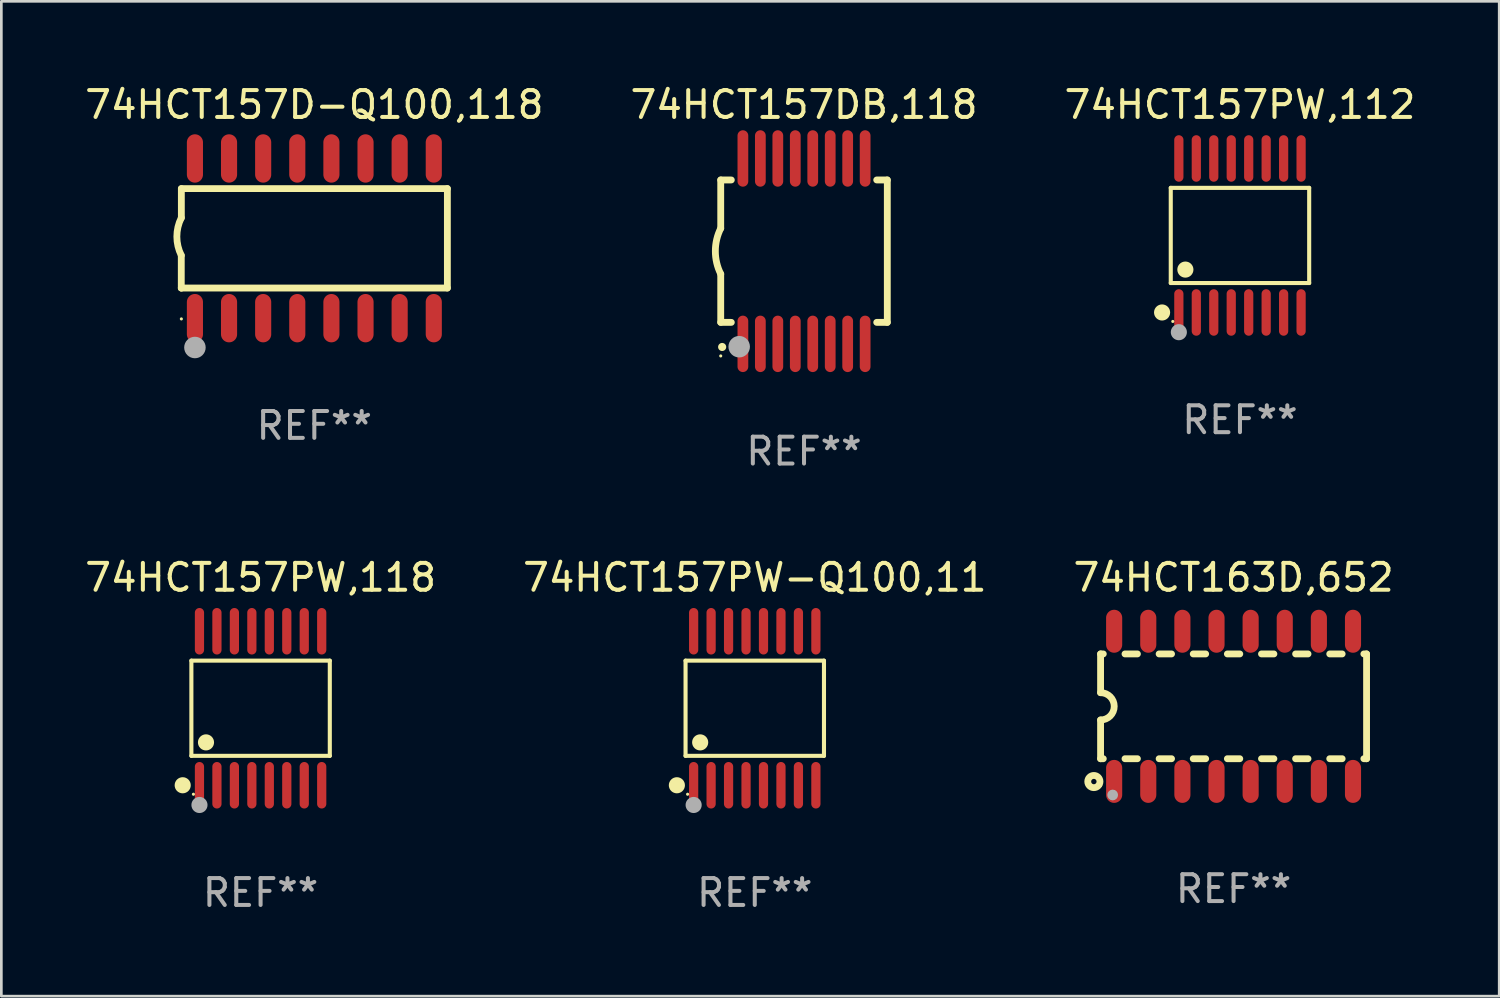
<source format=kicad_pcb>
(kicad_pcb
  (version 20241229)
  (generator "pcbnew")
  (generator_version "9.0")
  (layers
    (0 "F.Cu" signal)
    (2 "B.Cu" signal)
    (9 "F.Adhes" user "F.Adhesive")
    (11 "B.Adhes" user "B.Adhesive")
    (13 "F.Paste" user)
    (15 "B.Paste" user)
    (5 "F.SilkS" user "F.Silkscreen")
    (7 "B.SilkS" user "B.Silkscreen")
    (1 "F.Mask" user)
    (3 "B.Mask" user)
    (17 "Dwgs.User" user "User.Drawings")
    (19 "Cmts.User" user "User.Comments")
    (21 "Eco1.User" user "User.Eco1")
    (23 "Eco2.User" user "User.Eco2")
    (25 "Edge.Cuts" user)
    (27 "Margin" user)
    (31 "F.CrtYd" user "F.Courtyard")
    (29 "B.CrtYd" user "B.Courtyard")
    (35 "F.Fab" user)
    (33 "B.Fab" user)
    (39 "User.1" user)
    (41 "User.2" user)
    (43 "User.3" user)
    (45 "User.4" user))
  (footprint "74HCT157D-Q100,118"
    (layer "F.Cu")
    (at 8.649 5.82)
    (property "Reference" "74HCT157D-Q100,118" (at 0 -4.972 0) (layer "F.SilkS") (effects (font (size 1 1) (thickness 0.15))))
    (attr through_hole)
    (fp_line (start -4.952 0.635) (end -4.952 1.85) (stroke (width 0.254) (type solid)) (layer "F.SilkS"))
    (fp_line (start -4.952 1.85) (end -4.949 1.85) (stroke (width 0.254) (type solid)) (layer "F.SilkS"))
    (fp_line (start -4.949 -1.85) (end -4.949 -0.762) (stroke (width 0.254) (type solid)) (layer "F.SilkS"))
    (fp_line (start -4.949 1.85) (end 4.952 1.85) (stroke (width 0.254) (type solid)) (layer "F.SilkS"))
    (fp_line (start 4.952 -1.85) (end -4.949 -1.85) (stroke (width 0.254) (type solid)) (layer "F.SilkS"))
    (fp_line (start 4.952 1.85) (end 4.952 -1.85) (stroke (width 0.254) (type solid)) (layer "F.SilkS"))
    (fp_arc (start -4.951524 0.635001) (mid -5.116418 -0.0635) (end -4.951524 -0.762002) (stroke (width 0.254001) (type solid)) (layer "F.SilkS"))
    (fp_circle (center -4.949 3) (end -4.919 3) (stroke (width 0.06) (type solid)) (fill no) (layer "F.SilkS"))
    (fp_circle (center -4.444 4.064) (end -4.244 4.064) (stroke (width 0.4) (type solid)) (fill no) (layer "F.Fab"))
    (fp_text user "REF**" (at 0 6.972 0) (layer "F.Fab") (effects (font (size 1 1) (thickness 0.15))))
    (pad "1" smd oval (at -4.444 2.972 180) (size 0.6 1.8) (layers "F.Cu" "F.Mask" "F.Paste"))
    (pad "2" smd oval (at -3.174 2.972 180) (size 0.6 1.8) (layers "F.Cu" "F.Mask" "F.Paste"))
    (pad "3" smd oval (at -1.904 2.972 180) (size 0.6 1.8) (layers "F.Cu" "F.Mask" "F.Paste"))
    (pad "4" smd oval (at -0.634 2.972 180) (size 0.6 1.8) (layers "F.Cu" "F.Mask" "F.Paste"))
    (pad "5" smd oval (at 0.636 2.972 180) (size 0.6 1.8) (layers "F.Cu" "F.Mask" "F.Paste"))
    (pad "6" smd oval (at 1.906 2.972 180) (size 0.6 1.8) (layers "F.Cu" "F.Mask" "F.Paste"))
    (pad "7" smd oval (at 3.176 2.972 180) (size 0.6 1.8) (layers "F.Cu" "F.Mask" "F.Paste"))
    (pad "8" smd oval (at 4.446 2.972 180) (size 0.6 1.8) (layers "F.Cu" "F.Mask" "F.Paste"))
    (pad "9" smd oval (at 4.446 -2.972 180) (size 0.6 1.8) (layers "F.Cu" "F.Mask" "F.Paste"))
    (pad "10" smd oval (at 3.176 -2.972 180) (size 0.6 1.8) (layers "F.Cu" "F.Mask" "F.Paste"))
    (pad "11" smd oval (at 1.906 -2.972 180) (size 0.6 1.8) (layers "F.Cu" "F.Mask" "F.Paste"))
    (pad "12" smd oval (at 0.636 -2.972 180) (size 0.6 1.8) (layers "F.Cu" "F.Mask" "F.Paste"))
    (pad "13" smd oval (at -0.634 -2.972 180) (size 0.6 1.8) (layers "F.Cu" "F.Mask" "F.Paste"))
    (pad "14" smd oval (at -1.904 -2.972 180) (size 0.6 1.8) (layers "F.Cu" "F.Mask" "F.Paste"))
    (pad "15" smd oval (at -3.174 -2.972 180) (size 0.6 1.8) (layers "F.Cu" "F.Mask" "F.Paste"))
    (pad "16" smd oval (at -4.444 -2.972 180) (size 0.6 1.8) (layers "F.Cu" "F.Mask" "F.Paste")))
  (footprint "74HCT163D,652"
    (layer "F.Cu")
    (at 42.863 23.239)
    (property "Reference" "74HCT163D,652" (at 0 -4.794 0) (layer "F.SilkS") (effects (font (size 1 1) (thickness 0.15))))
    (attr through_hole)
    (fp_line (start -4.95 -1.95) (end -4.95 -0.508) (stroke (width 0.254) (type solid)) (layer "F.SilkS"))
    (fp_line (start -4.95 -1.95) (end -4.849 -1.95) (stroke (width 0.254) (type solid)) (layer "F.SilkS"))
    (fp_line (start -4.95 1.95) (end -4.95 0.508) (stroke (width 0.254) (type solid)) (layer "F.SilkS"))
    (fp_line (start -4.95 1.95) (end -4.849 1.95) (stroke (width 0.254) (type solid)) (layer "F.SilkS"))
    (fp_line (start -4.041 -1.95) (end -3.579 -1.95) (stroke (width 0.254) (type solid)) (layer "F.SilkS"))
    (fp_line (start -4.041 1.95) (end -3.579 1.95) (stroke (width 0.254) (type solid)) (layer "F.SilkS"))
    (fp_line (start -2.771 -1.95) (end -2.309 -1.95) (stroke (width 0.254) (type solid)) (layer "F.SilkS"))
    (fp_line (start -2.771 1.95) (end -2.309 1.95) (stroke (width 0.254) (type solid)) (layer "F.SilkS"))
    (fp_line (start -1.501 -1.95) (end -1.039 -1.95) (stroke (width 0.254) (type solid)) (layer "F.SilkS"))
    (fp_line (start -1.501 1.95) (end -1.039 1.95) (stroke (width 0.254) (type solid)) (layer "F.SilkS"))
    (fp_line (start -0.231 -1.95) (end 0.231 -1.95) (stroke (width 0.254) (type solid)) (layer "F.SilkS"))
    (fp_line (start -0.231 1.95) (end 0.231 1.95) (stroke (width 0.254) (type solid)) (layer "F.SilkS"))
    (fp_line (start 1.039 -1.95) (end 1.501 -1.95) (stroke (width 0.254) (type solid)) (layer "F.SilkS"))
    (fp_line (start 1.039 1.95) (end 1.501 1.95) (stroke (width 0.254) (type solid)) (layer "F.SilkS"))
    (fp_line (start 2.309 -1.95) (end 2.771 -1.95) (stroke (width 0.254) (type solid)) (layer "F.SilkS"))
    (fp_line (start 2.309 1.95) (end 2.771 1.95) (stroke (width 0.254) (type solid)) (layer "F.SilkS"))
    (fp_line (start 3.579 -1.95) (end 4.041 -1.95) (stroke (width 0.254) (type solid)) (layer "F.SilkS"))
    (fp_line (start 3.579 1.95) (end 4.041 1.95) (stroke (width 0.254) (type solid)) (layer "F.SilkS"))
    (fp_line (start 4.849 -1.95) (end 4.95 -1.95) (stroke (width 0.254) (type solid)) (layer "F.SilkS"))
    (fp_line (start 4.849 1.95) (end 4.95 1.95) (stroke (width 0.254) (type solid)) (layer "F.SilkS"))
    (fp_line (start 4.95 -1.95) (end 4.95 1.95) (stroke (width 0.254) (type solid)) (layer "F.SilkS"))
    (fp_arc (start -4.95047 -0.508001) (mid -4.442469 -0.000228) (end -4.950013 0.508001) (stroke (width 0.254001) (type solid)) (layer "F.SilkS"))
    (fp_circle (center -5.2 2.8) (end -5.1 2.8) (stroke (width 0.254) (type solid)) (fill no) (layer "F.SilkS"))
    (fp_circle (center -4.95 2.947) (end -4.92 2.947) (stroke (width 0.06) (type solid)) (fill no) (layer "F.SilkS"))
    (fp_circle (center -4.5 3.3) (end -4.4 3.3) (stroke (width 0.2) (type solid)) (fill no) (layer "F.Fab"))
    (fp_text user "REF**" (at 0 6.794 0) (layer "F.Fab") (effects (font (size 1 1) (thickness 0.15))))
    (pad "1" smd oval (at -4.445 2.794) (size 0.6 1.6) (layers "F.Cu" "F.Mask" "F.Paste"))
    (pad "2" smd oval (at -3.175 2.794) (size 0.6 1.6) (layers "F.Cu" "F.Mask" "F.Paste"))
    (pad "3" smd oval (at -1.905 2.794) (size 0.6 1.6) (layers "F.Cu" "F.Mask" "F.Paste"))
    (pad "4" smd oval (at -0.635 2.794) (size 0.6 1.6) (layers "F.Cu" "F.Mask" "F.Paste"))
    (pad "5" smd oval (at 0.635 2.794) (size 0.6 1.6) (layers "F.Cu" "F.Mask" "F.Paste"))
    (pad "6" smd oval (at 1.905 2.794) (size 0.6 1.6) (layers "F.Cu" "F.Mask" "F.Paste"))
    (pad "7" smd oval (at 3.175 2.794) (size 0.6 1.6) (layers "F.Cu" "F.Mask" "F.Paste"))
    (pad "8" smd oval (at 4.445 2.794) (size 0.6 1.6) (layers "F.Cu" "F.Mask" "F.Paste"))
    (pad "9" smd oval (at 4.445 -2.794) (size 0.6 1.6) (layers "F.Cu" "F.Mask" "F.Paste"))
    (pad "10" smd oval (at 3.175 -2.794) (size 0.6 1.6) (layers "F.Cu" "F.Mask" "F.Paste"))
    (pad "11" smd oval (at 1.905 -2.794) (size 0.6 1.6) (layers "F.Cu" "F.Mask" "F.Paste"))
    (pad "12" smd oval (at 0.635 -2.794) (size 0.6 1.6) (layers "F.Cu" "F.Mask" "F.Paste"))
    (pad "13" smd oval (at -0.635 -2.794) (size 0.6 1.6) (layers "F.Cu" "F.Mask" "F.Paste"))
    (pad "14" smd oval (at -1.905 -2.794) (size 0.6 1.6) (layers "F.Cu" "F.Mask" "F.Paste"))
    (pad "15" smd oval (at -3.175 -2.794) (size 0.6 1.6) (layers "F.Cu" "F.Mask" "F.Paste"))
    (pad "16" smd oval (at -4.445 -2.794) (size 0.6 1.6) (layers "F.Cu" "F.Mask" "F.Paste")))
  (footprint "74HCT157PW,112"
    (layer "F.Cu")
    (at 43.101 5.714)
    (property "Reference" "74HCT157PW,112" (at 0 -4.866 0) (layer "F.SilkS") (effects (font (size 1 1) (thickness 0.15))))
    (attr through_hole)
    (fp_line (start -2.576 -1.772) (end 2.576 -1.772) (stroke (width 0.152) (type solid)) (layer "F.SilkS"))
    (fp_line (start -2.576 1.771) (end -2.576 -1.772) (stroke (width 0.152) (type solid)) (layer "F.SilkS"))
    (fp_line (start 2.576 -1.772) (end 2.576 1.771) (stroke (width 0.152) (type solid)) (layer "F.SilkS"))
    (fp_line (start 2.576 1.771) (end -2.576 1.771) (stroke (width 0.152) (type solid)) (layer "F.SilkS"))
    (fp_circle (center -2.899 2.866) (end -2.749 2.866) (stroke (width 0.3) (type solid)) (fill no) (layer "F.SilkS"))
    (fp_circle (center -2.5 3.2) (end -2.47 3.2) (stroke (width 0.06) (type solid)) (fill no) (layer "F.SilkS"))
    (fp_circle (center -2.032 1.27) (end -1.882 1.27) (stroke (width 0.3) (type solid)) (fill no) (layer "F.SilkS"))
    (fp_circle (center -2.275 3.6) (end -2.125 3.6) (stroke (width 0.3) (type solid)) (fill no) (layer "F.Fab"))
    (fp_text user "REF**" (at 0 6.866 0) (layer "F.Fab") (effects (font (size 1 1) (thickness 0.15))))
    (pad "1" smd oval (at -2.275 2.866) (size 0.343 1.731) (layers "F.Cu" "F.Mask" "F.Paste"))
    (pad "2" smd oval (at -1.625 2.866) (size 0.343 1.731) (layers "F.Cu" "F.Mask" "F.Paste"))
    (pad "3" smd oval (at -0.975 2.866) (size 0.343 1.731) (layers "F.Cu" "F.Mask" "F.Paste"))
    (pad "4" smd oval (at -0.325 2.866) (size 0.343 1.731) (layers "F.Cu" "F.Mask" "F.Paste"))
    (pad "5" smd oval (at 0.325 2.866) (size 0.343 1.731) (layers "F.Cu" "F.Mask" "F.Paste"))
    (pad "6" smd oval (at 0.975 2.866) (size 0.343 1.731) (layers "F.Cu" "F.Mask" "F.Paste"))
    (pad "7" smd oval (at 1.625 2.866) (size 0.343 1.731) (layers "F.Cu" "F.Mask" "F.Paste"))
    (pad "8" smd oval (at 2.275 2.866) (size 0.343 1.731) (layers "F.Cu" "F.Mask" "F.Paste"))
    (pad "9" smd oval (at 2.275 -2.866) (size 0.343 1.731) (layers "F.Cu" "F.Mask" "F.Paste"))
    (pad "10" smd oval (at 1.625 -2.866) (size 0.343 1.731) (layers "F.Cu" "F.Mask" "F.Paste"))
    (pad "11" smd oval (at 0.975 -2.866) (size 0.343 1.731) (layers "F.Cu" "F.Mask" "F.Paste"))
    (pad "12" smd oval (at 0.325 -2.866) (size 0.343 1.731) (layers "F.Cu" "F.Mask" "F.Paste"))
    (pad "13" smd oval (at -0.325 -2.866) (size 0.343 1.731) (layers "F.Cu" "F.Mask" "F.Paste"))
    (pad "14" smd oval (at -0.975 -2.866) (size 0.343 1.731) (layers "F.Cu" "F.Mask" "F.Paste"))
    (pad "15" smd oval (at -1.625 -2.866) (size 0.343 1.731) (layers "F.Cu" "F.Mask" "F.Paste"))
    (pad "16" smd oval (at -2.275 -2.866) (size 0.343 1.731) (layers "F.Cu" "F.Mask" "F.Paste")))
  (footprint "74HCT157DB,118"
    (layer "F.Cu")
    (at 26.875 6.298)
    (property "Reference" "74HCT157DB,118" (at 0 -5.45 0) (layer "F.SilkS") (effects (font (size 1 1) (thickness 0.15))))
    (attr through_hole)
    (fp_line (start -3.1 -2.65) (end -3.1 -0.85) (stroke (width 0.254) (type solid)) (layer "F.SilkS"))
    (fp_line (start -3.1 -2.65) (end -2.706 -2.65) (stroke (width 0.254) (type solid)) (layer "F.SilkS"))
    (fp_line (start -3.1 2.65) (end -3.1 0.85) (stroke (width 0.254) (type solid)) (layer "F.SilkS"))
    (fp_line (start -3.1 2.65) (end -2.706 2.65) (stroke (width 0.254) (type solid)) (layer "F.SilkS"))
    (fp_line (start 2.706 -2.65) (end 3.1 -2.65) (stroke (width 0.254) (type solid)) (layer "F.SilkS"))
    (fp_line (start 2.706 2.65) (end 3.1 2.65) (stroke (width 0.254) (type solid)) (layer "F.SilkS"))
    (fp_line (start 3.1 -2.65) (end 3.1 2.65) (stroke (width 0.254) (type solid)) (layer "F.SilkS"))
    (fp_arc (start -3.098907 0.850902) (mid -3.300057 0.000523) (end -3.1 -0.850114) (stroke (width 0.254001) (type solid)) (layer "F.SilkS"))
    (fp_arc (start -3.048006 3.566066) (mid -3.046736 3.566061) (end -3.045466 3.566066) (stroke (width 0.3) (type solid)) (layer "F.SilkS"))
    (fp_circle (center -3.1 3.9) (end -3.07 3.9) (stroke (width 0.06) (type solid)) (fill no) (layer "F.SilkS"))
    (fp_circle (center -2.413 3.556) (end -2.213 3.556) (stroke (width 0.4) (type solid)) (fill no) (layer "F.Fab"))
    (fp_text user "REF**" (at 0 7.45 0) (layer "F.Fab") (effects (font (size 1 1) (thickness 0.15))))
    (pad "1" smd oval (at -2.275 3.45 180) (size 0.4 2.1) (layers "F.Cu" "F.Mask" "F.Paste"))
    (pad "2" smd oval (at -1.625 3.45 180) (size 0.4 2.1) (layers "F.Cu" "F.Mask" "F.Paste"))
    (pad "3" smd oval (at -0.975 3.45 180) (size 0.4 2.1) (layers "F.Cu" "F.Mask" "F.Paste"))
    (pad "4" smd oval (at -0.325 3.45 180) (size 0.4 2.1) (layers "F.Cu" "F.Mask" "F.Paste"))
    (pad "5" smd oval (at 0.325 3.45 180) (size 0.4 2.1) (layers "F.Cu" "F.Mask" "F.Paste"))
    (pad "6" smd oval (at 0.975 3.45 180) (size 0.4 2.1) (layers "F.Cu" "F.Mask" "F.Paste"))
    (pad "7" smd oval (at 1.625 3.45 180) (size 0.4 2.1) (layers "F.Cu" "F.Mask" "F.Paste"))
    (pad "8" smd oval (at 2.275 3.45 180) (size 0.4 2.1) (layers "F.Cu" "F.Mask" "F.Paste"))
    (pad "9" smd oval (at 2.275 -3.45 180) (size 0.4 2.1) (layers "F.Cu" "F.Mask" "F.Paste"))
    (pad "10" smd oval (at 1.625 -3.45 180) (size 0.4 2.1) (layers "F.Cu" "F.Mask" "F.Paste"))
    (pad "11" smd oval (at 0.975 -3.45 180) (size 0.4 2.1) (layers "F.Cu" "F.Mask" "F.Paste"))
    (pad "12" smd oval (at 0.325 -3.45 180) (size 0.4 2.1) (layers "F.Cu" "F.Mask" "F.Paste"))
    (pad "13" smd oval (at -0.325 -3.45 180) (size 0.4 2.1) (layers "F.Cu" "F.Mask" "F.Paste"))
    (pad "14" smd oval (at -0.975 -3.45 180) (size 0.4 2.1) (layers "F.Cu" "F.Mask" "F.Paste"))
    (pad "15" smd oval (at -1.625 -3.45 180) (size 0.4 2.1) (layers "F.Cu" "F.Mask" "F.Paste"))
    (pad "16" smd oval (at -2.275 -3.45 180) (size 0.4 2.1) (layers "F.Cu" "F.Mask" "F.Paste")))
  (footprint "74HCT157PW-Q100,11"
    (layer "F.Cu")
    (at 25.042 23.311)
    (property "Reference" "74HCT157PW-Q100,11" (at 0 -4.866 0) (layer "F.SilkS") (effects (font (size 1 1) (thickness 0.15))))
    (attr through_hole)
    (fp_line (start -2.576 -1.772) (end 2.576 -1.772) (stroke (width 0.152) (type solid)) (layer "F.SilkS"))
    (fp_line (start -2.576 1.771) (end -2.576 -1.772) (stroke (width 0.152) (type solid)) (layer "F.SilkS"))
    (fp_line (start 2.576 -1.772) (end 2.576 1.771) (stroke (width 0.152) (type solid)) (layer "F.SilkS"))
    (fp_line (start 2.576 1.771) (end -2.576 1.771) (stroke (width 0.152) (type solid)) (layer "F.SilkS"))
    (fp_circle (center -2.899 2.866) (end -2.749 2.866) (stroke (width 0.3) (type solid)) (fill no) (layer "F.SilkS"))
    (fp_circle (center -2.5 3.2) (end -2.47 3.2) (stroke (width 0.06) (type solid)) (fill no) (layer "F.SilkS"))
    (fp_circle (center -2.032 1.27) (end -1.882 1.27) (stroke (width 0.3) (type solid)) (fill no) (layer "F.SilkS"))
    (fp_circle (center -2.275 3.6) (end -2.125 3.6) (stroke (width 0.3) (type solid)) (fill no) (layer "F.Fab"))
    (fp_text user "REF**" (at 0 6.866 0) (layer "F.Fab") (effects (font (size 1 1) (thickness 0.15))))
    (pad "1" smd oval (at -2.275 2.866) (size 0.343 1.731) (layers "F.Cu" "F.Mask" "F.Paste"))
    (pad "2" smd oval (at -1.625 2.866) (size 0.343 1.731) (layers "F.Cu" "F.Mask" "F.Paste"))
    (pad "3" smd oval (at -0.975 2.866) (size 0.343 1.731) (layers "F.Cu" "F.Mask" "F.Paste"))
    (pad "4" smd oval (at -0.325 2.866) (size 0.343 1.731) (layers "F.Cu" "F.Mask" "F.Paste"))
    (pad "5" smd oval (at 0.325 2.866) (size 0.343 1.731) (layers "F.Cu" "F.Mask" "F.Paste"))
    (pad "6" smd oval (at 0.975 2.866) (size 0.343 1.731) (layers "F.Cu" "F.Mask" "F.Paste"))
    (pad "7" smd oval (at 1.625 2.866) (size 0.343 1.731) (layers "F.Cu" "F.Mask" "F.Paste"))
    (pad "8" smd oval (at 2.275 2.866) (size 0.343 1.731) (layers "F.Cu" "F.Mask" "F.Paste"))
    (pad "9" smd oval (at 2.275 -2.866) (size 0.343 1.731) (layers "F.Cu" "F.Mask" "F.Paste"))
    (pad "10" smd oval (at 1.625 -2.866) (size 0.343 1.731) (layers "F.Cu" "F.Mask" "F.Paste"))
    (pad "11" smd oval (at 0.975 -2.866) (size 0.343 1.731) (layers "F.Cu" "F.Mask" "F.Paste"))
    (pad "12" smd oval (at 0.325 -2.866) (size 0.343 1.731) (layers "F.Cu" "F.Mask" "F.Paste"))
    (pad "13" smd oval (at -0.325 -2.866) (size 0.343 1.731) (layers "F.Cu" "F.Mask" "F.Paste"))
    (pad "14" smd oval (at -0.975 -2.866) (size 0.343 1.731) (layers "F.Cu" "F.Mask" "F.Paste"))
    (pad "15" smd oval (at -1.625 -2.866) (size 0.343 1.731) (layers "F.Cu" "F.Mask" "F.Paste"))
    (pad "16" smd oval (at -2.275 -2.866) (size 0.343 1.731) (layers "F.Cu" "F.Mask" "F.Paste")))
  (footprint "74HCT157PW,118"
    (layer "F.Cu")
    (at 6.649 23.311)
    (property "Reference" "74HCT157PW,118" (at 0 -4.866 0) (layer "F.SilkS") (effects (font (size 1 1) (thickness 0.15))))
    (attr through_hole)
    (fp_line (start -2.576 -1.772) (end 2.576 -1.772) (stroke (width 0.152) (type solid)) (layer "F.SilkS"))
    (fp_line (start -2.576 1.771) (end -2.576 -1.772) (stroke (width 0.152) (type solid)) (layer "F.SilkS"))
    (fp_line (start 2.576 -1.772) (end 2.576 1.771) (stroke (width 0.152) (type solid)) (layer "F.SilkS"))
    (fp_line (start 2.576 1.771) (end -2.576 1.771) (stroke (width 0.152) (type solid)) (layer "F.SilkS"))
    (fp_circle (center -2.899 2.866) (end -2.749 2.866) (stroke (width 0.3) (type solid)) (fill no) (layer "F.SilkS"))
    (fp_circle (center -2.5 3.2) (end -2.47 3.2) (stroke (width 0.06) (type solid)) (fill no) (layer "F.SilkS"))
    (fp_circle (center -2.032 1.27) (end -1.882 1.27) (stroke (width 0.3) (type solid)) (fill no) (layer "F.SilkS"))
    (fp_circle (center -2.275 3.6) (end -2.125 3.6) (stroke (width 0.3) (type solid)) (fill no) (layer "F.Fab"))
    (fp_text user "REF**" (at 0 6.866 0) (layer "F.Fab") (effects (font (size 1 1) (thickness 0.15))))
    (pad "1" smd oval (at -2.275 2.866) (size 0.343 1.731) (layers "F.Cu" "F.Mask" "F.Paste"))
    (pad "2" smd oval (at -1.625 2.866) (size 0.343 1.731) (layers "F.Cu" "F.Mask" "F.Paste"))
    (pad "3" smd oval (at -0.975 2.866) (size 0.343 1.731) (layers "F.Cu" "F.Mask" "F.Paste"))
    (pad "4" smd oval (at -0.325 2.866) (size 0.343 1.731) (layers "F.Cu" "F.Mask" "F.Paste"))
    (pad "5" smd oval (at 0.325 2.866) (size 0.343 1.731) (layers "F.Cu" "F.Mask" "F.Paste"))
    (pad "6" smd oval (at 0.975 2.866) (size 0.343 1.731) (layers "F.Cu" "F.Mask" "F.Paste"))
    (pad "7" smd oval (at 1.625 2.866) (size 0.343 1.731) (layers "F.Cu" "F.Mask" "F.Paste"))
    (pad "8" smd oval (at 2.275 2.866) (size 0.343 1.731) (layers "F.Cu" "F.Mask" "F.Paste"))
    (pad "9" smd oval (at 2.275 -2.866) (size 0.343 1.731) (layers "F.Cu" "F.Mask" "F.Paste"))
    (pad "10" smd oval (at 1.625 -2.866) (size 0.343 1.731) (layers "F.Cu" "F.Mask" "F.Paste"))
    (pad "11" smd oval (at 0.975 -2.866) (size 0.343 1.731) (layers "F.Cu" "F.Mask" "F.Paste"))
    (pad "12" smd oval (at 0.325 -2.866) (size 0.343 1.731) (layers "F.Cu" "F.Mask" "F.Paste"))
    (pad "13" smd oval (at -0.325 -2.866) (size 0.343 1.731) (layers "F.Cu" "F.Mask" "F.Paste"))
    (pad "14" smd oval (at -0.975 -2.866) (size 0.343 1.731) (layers "F.Cu" "F.Mask" "F.Paste"))
    (pad "15" smd oval (at -1.625 -2.866) (size 0.343 1.731) (layers "F.Cu" "F.Mask" "F.Paste"))
    (pad "16" smd oval (at -2.275 -2.866) (size 0.343 1.731) (layers "F.Cu" "F.Mask" "F.Paste")))
  (gr_rect
    (start -3 -3)
    (end 52.75 34.025)
    (stroke (width 0.1) (type default))
    (fill no)
    (layer "Edge.Cuts")))
</source>
